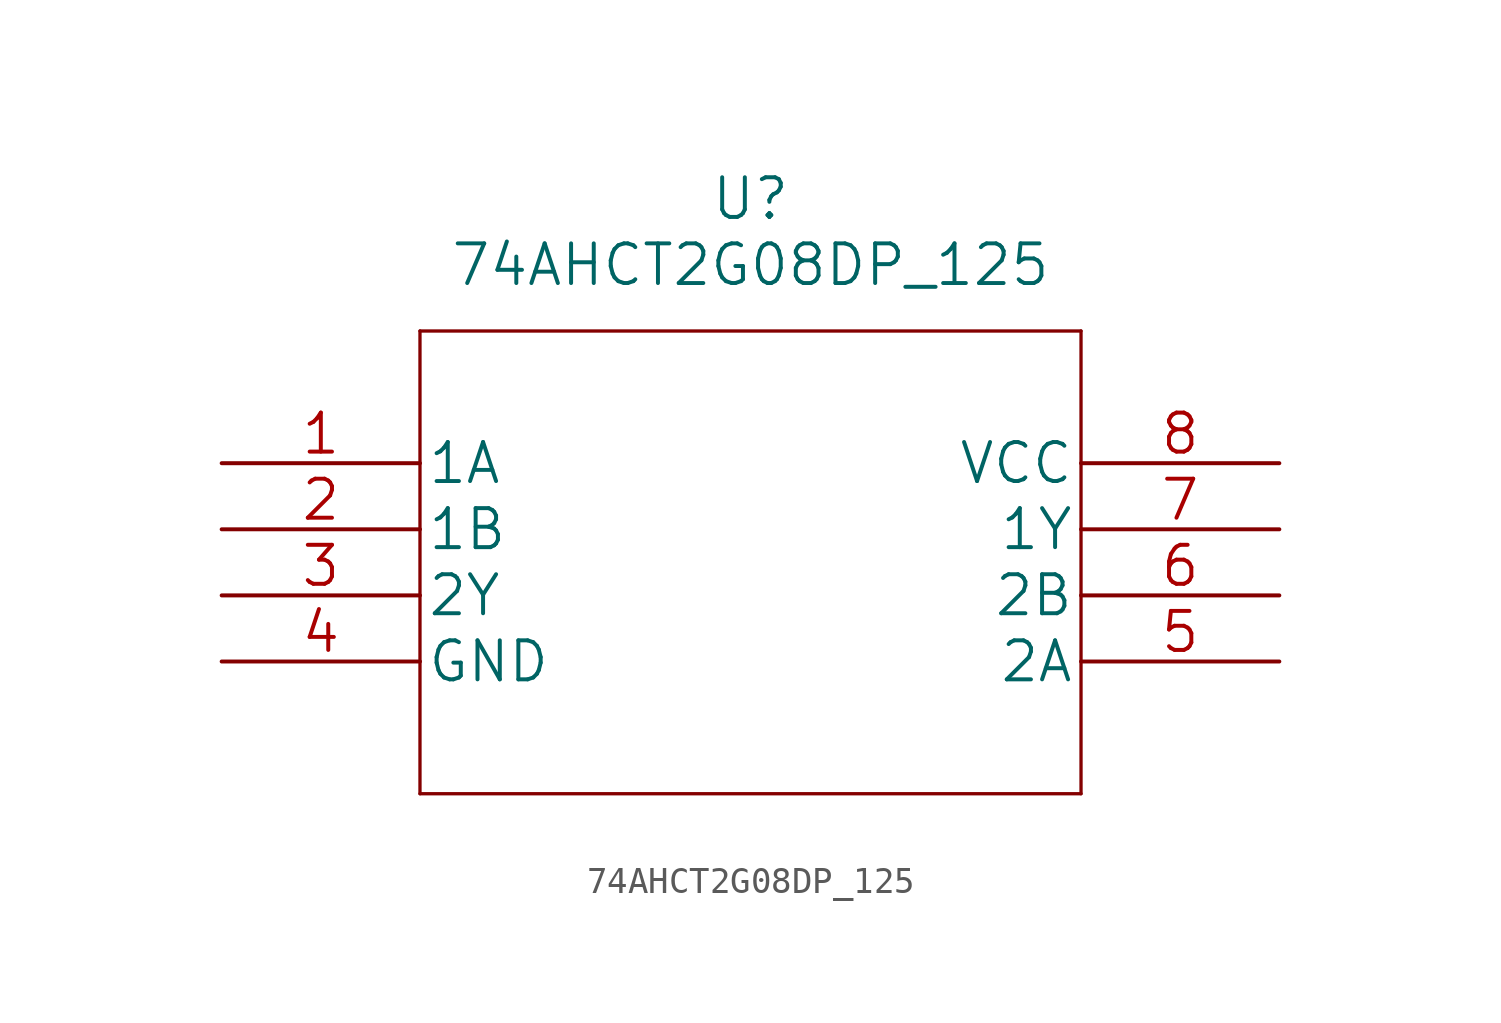
<source format=kicad_sym>
(kicad_symbol_lib
  (version 20211014)
  (generator kicad_symbol_editor)
  (symbol "74AHCT2G08DP_125"
    (pin_names
      (offset 0.254))
    (property "Reference" "U"
      (at 20.32 10.16 0)
      (effects (font (size 1.524 1.524))))
    (property "Value" "74AHCT2G08DP_125"
      (at 20.32 7.62 0)
      (effects (font (size 1.524 1.524))))
    (property "Datasheet" ""
      (at 0 0 0)
      (effects (font (size 1.524 1.524))))
    (symbol "74AHCT2G08DP_125_1_1"
      (polyline (pts (xy 7.62 -12.7) (xy 33.02 -12.7)) (stroke (width 0.127) (type default) (color 0 0 0 0)) (fill (type none)))
      (polyline (pts (xy 7.62 5.08) (xy 7.62 -12.7)) (stroke (width 0.127) (type default) (color 0 0 0 0)) (fill (type none)))
      (polyline (pts (xy 33.02 -12.7) (xy 33.02 5.08)) (stroke (width 0.127) (type default) (color 0 0 0 0)) (fill (type none)))
      (polyline (pts (xy 33.02 5.08) (xy 7.62 5.08)) (stroke (width 0.127) (type default) (color 0 0 0 0)) (fill (type none)))
      (pin input line (at 0 0 0) (length 7.62) (name "1A" (effects (font (size 1.499 1.499)))) (number "1" (effects (font (size 1.499 1.499)))))
      (pin input line (at 0 -2.54 0) (length 7.62) (name "1B" (effects (font (size 1.499 1.499)))) (number "2" (effects (font (size 1.499 1.499)))))
      (pin output line (at 0 -5.08 0) (length 7.62) (name "2Y" (effects (font (size 1.499 1.499)))) (number "3" (effects (font (size 1.499 1.499)))))
      (pin power_in line (at 0 -7.62 0) (length 7.62) (name "GND" (effects (font (size 1.499 1.499)))) (number "4" (effects (font (size 1.499 1.499)))))
      (pin input line (at 40.64 -7.62 180) (length 7.62) (name "2A" (effects (font (size 1.499 1.499)))) (number "5" (effects (font (size 1.499 1.499)))))
      (pin input line (at 40.64 -5.08 180) (length 7.62) (name "2B" (effects (font (size 1.499 1.499)))) (number "6" (effects (font (size 1.499 1.499)))))
      (pin output line (at 40.64 -2.54 180) (length 7.62) (name "1Y" (effects (font (size 1.499 1.499)))) (number "7" (effects (font (size 1.499 1.499)))))
      (pin power_in line (at 40.64 0 180) (length 7.62) (name "VCC" (effects (font (size 1.499 1.499)))) (number "8" (effects (font (size 1.499 1.499))))))))
</source>
